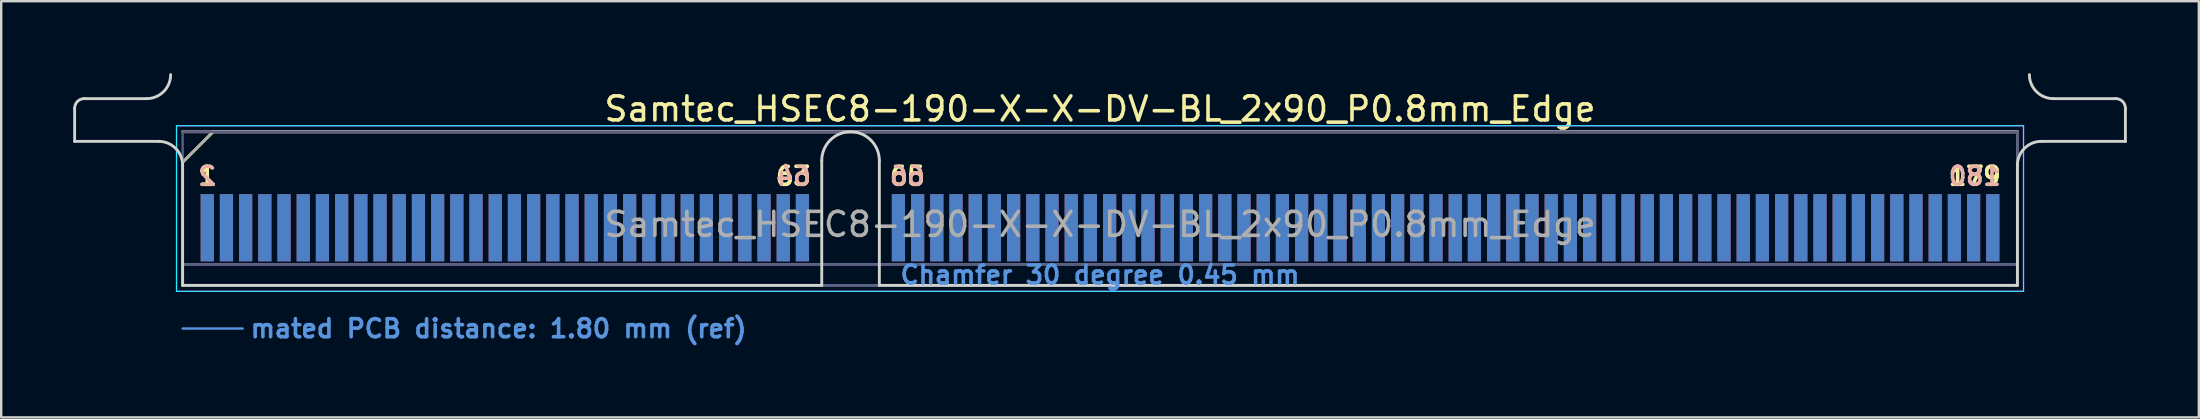
<source format=kicad_pcb>
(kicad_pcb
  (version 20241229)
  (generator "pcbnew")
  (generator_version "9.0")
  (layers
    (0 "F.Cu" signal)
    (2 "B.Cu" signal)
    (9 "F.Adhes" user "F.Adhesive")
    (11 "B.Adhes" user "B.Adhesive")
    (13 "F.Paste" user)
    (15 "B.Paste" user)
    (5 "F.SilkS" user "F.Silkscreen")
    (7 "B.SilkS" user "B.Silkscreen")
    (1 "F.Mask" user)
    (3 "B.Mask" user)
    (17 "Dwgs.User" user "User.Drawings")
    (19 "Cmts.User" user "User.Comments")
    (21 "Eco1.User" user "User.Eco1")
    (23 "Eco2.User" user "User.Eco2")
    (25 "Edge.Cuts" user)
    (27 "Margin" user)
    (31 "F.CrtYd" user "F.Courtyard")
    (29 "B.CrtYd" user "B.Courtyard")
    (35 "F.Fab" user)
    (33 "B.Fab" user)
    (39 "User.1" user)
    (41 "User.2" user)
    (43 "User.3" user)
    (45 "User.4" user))
  (footprint "Samtec_HSEC8-190-X-X-DV-BL_2x90_P0.8mm_Edge"
    (layer "F.Cu")
    (at 42.785 8.84)
    (property "Reference" "Samtec_HSEC8-190-X-X-DV-BL_2x90_P0.8mm_Edge" (at 0 -7.35 0) (layer "F.SilkS") (effects (font (size 1 1) (thickness 0.15))))
    (attr exclude_from_pos_files exclude_from_bom)
    (fp_line (start -38.225 -5.13) (end -36.955 -6.4) (stroke (width 0.12) (type solid)) (layer "F.SilkS"))
    (fp_line (start -36.955 -6.4) (end 38.225 -6.4) (stroke (width 0.12) (type solid)) (layer "F.SilkS"))
    (fp_line (start -38.225 -6.4) (end -38.225 -6.4) (stroke (width 0.12) (type solid)) (layer "B.SilkS"))
    (fp_line (start -38.225 -6.4) (end 38.225 -6.4) (stroke (width 0.12) (type solid)) (layer "B.SilkS"))
    (fp_line (start -38.225 1.8) (end -35.725 1.8) (stroke (width 0.1) (type solid)) (layer "Cmts.User"))
    (fp_line (start -42.725 -6) (end -42.725 -7.38) (stroke (width 0.12) (type solid)) (layer "Edge.Cuts"))
    (fp_line (start -42.325 -7.78) (end -39.725 -7.78) (stroke (width 0.12) (type solid)) (layer "Edge.Cuts"))
    (fp_line (start -39.225 -6) (end -42.725 -6) (stroke (width 0.12) (type solid)) (layer "Edge.Cuts"))
    (fp_line (start -38.225 -5) (end -38.225 0) (stroke (width 0.12) (type solid)) (layer "Edge.Cuts"))
    (fp_line (start -38.225 0) (end -11.595 0) (stroke (width 0.12) (type solid)) (layer "Edge.Cuts"))
    (fp_line (start -11.595 0) (end -11.595 -5.2) (stroke (width 0.12) (type solid)) (layer "Edge.Cuts"))
    (fp_line (start -9.195 -5.2) (end -9.195 0) (stroke (width 0.12) (type solid)) (layer "Edge.Cuts"))
    (fp_line (start -9.195 0) (end 38.225 0) (stroke (width 0.12) (type solid)) (layer "Edge.Cuts"))
    (fp_line (start 38.225 0) (end 38.225 -5) (stroke (width 0.12) (type solid)) (layer "Edge.Cuts"))
    (fp_line (start 39.225 -6) (end 42.725 -6) (stroke (width 0.12) (type solid)) (layer "Edge.Cuts"))
    (fp_line (start 42.325 -7.78) (end 39.725 -7.78) (stroke (width 0.12) (type solid)) (layer "Edge.Cuts"))
    (fp_line (start 42.725 -6) (end 42.725 -7.38) (stroke (width 0.12) (type solid)) (layer "Edge.Cuts"))
    (fp_arc (start -42.725 -7.38) (mid -42.607843 -7.662843) (end -42.325 -7.78) (stroke (width 0.12) (type solid)) (layer "Edge.Cuts"))
    (fp_arc (start -39.225 -6) (mid -38.517893 -5.707107) (end -38.225 -5) (stroke (width 0.12) (type solid)) (layer "Edge.Cuts"))
    (fp_arc (start -38.725 -8.78) (mid -39.017893 -8.072893) (end -39.725 -7.78) (stroke (width 0.12) (type solid)) (layer "Edge.Cuts"))
    (fp_arc (start -11.595 -5.2) (mid -10.395 -6.4) (end -9.195 -5.2) (stroke (width 0.12) (type solid)) (layer "Edge.Cuts"))
    (fp_arc (start 38.225 -5) (mid 38.517893 -5.707107) (end 39.225 -6) (stroke (width 0.12) (type solid)) (layer "Edge.Cuts"))
    (fp_arc (start 39.725 -7.78) (mid 39.017893 -8.072893) (end 38.725 -8.78) (stroke (width 0.12) (type solid)) (layer "Edge.Cuts"))
    (fp_arc (start 42.325 -7.78) (mid 42.607843 -7.662843) (end 42.725 -7.38) (stroke (width 0.12) (type solid)) (layer "Edge.Cuts"))
    (fp_line (start -38.48 -6.65) (end -38.48 0.25) (stroke (width 0.05) (type solid)) (layer "B.CrtYd"))
    (fp_line (start -38.48 0.25) (end 38.48 0.25) (stroke (width 0.05) (type solid)) (layer "B.CrtYd"))
    (fp_line (start 38.48 -6.65) (end -38.48 -6.65) (stroke (width 0.05) (type solid)) (layer "B.CrtYd"))
    (fp_line (start 38.48 0.25) (end 38.48 -6.65) (stroke (width 0.05) (type solid)) (layer "B.CrtYd"))
    (fp_line (start -38.48 -6.65) (end -38.48 0.25) (stroke (width 0.05) (type solid)) (layer "F.CrtYd"))
    (fp_line (start -38.48 0.25) (end 38.48 0.25) (stroke (width 0.05) (type solid)) (layer "F.CrtYd"))
    (fp_line (start 38.48 -6.65) (end -38.48 -6.65) (stroke (width 0.05) (type solid)) (layer "F.CrtYd"))
    (fp_line (start 38.48 0.25) (end 38.48 -6.65) (stroke (width 0.05) (type solid)) (layer "F.CrtYd"))
    (fp_line (start -38.225 -6.4) (end -38.225 -6.4) (stroke (width 0.1) (type solid)) (layer "B.Fab"))
    (fp_line (start -38.225 -6.4) (end -38.225 0) (stroke (width 0.1) (type solid)) (layer "B.Fab"))
    (fp_line (start -38.225 -6.4) (end 38.225 -6.4) (stroke (width 0.1) (type solid)) (layer "B.Fab"))
    (fp_line (start -38.225 -0.88) (end 38.225 -0.88) (stroke (width 0.1) (type solid)) (layer "B.Fab"))
    (fp_line (start -38.225 0) (end 38.225 0) (stroke (width 0.1) (type solid)) (layer "B.Fab"))
    (fp_line (start 38.225 -6.4) (end 38.225 0) (stroke (width 0.1) (type solid)) (layer "B.Fab"))
    (fp_line (start -38.225 -5.13) (end -38.225 0) (stroke (width 0.1) (type solid)) (layer "F.Fab"))
    (fp_line (start -38.225 -5.13) (end -36.955 -6.4) (stroke (width 0.1) (type solid)) (layer "F.Fab"))
    (fp_line (start -38.225 -0.88) (end 38.225 -0.88) (stroke (width 0.1) (type solid)) (layer "F.Fab"))
    (fp_line (start -38.225 0) (end 38.225 0) (stroke (width 0.1) (type solid)) (layer "F.Fab"))
    (fp_line (start -36.955 -6.4) (end 38.225 -6.4) (stroke (width 0.1) (type solid)) (layer "F.Fab"))
    (fp_line (start 38.225 -6.4) (end 38.225 0) (stroke (width 0.1) (type solid)) (layer "F.Fab"))
    (fp_text user "65" (at -8.025 -4.55 0) (layer "F.SilkS") (effects (font (size 0.75 0.75) (thickness 0.15))))
    (fp_text user "1" (at -37.2 -4.55 0) (layer "F.SilkS") (effects (font (size 0.75 0.75) (thickness 0.15))))
    (fp_text user "63" (at -12.775 -4.55 0) (layer "F.SilkS") (effects (font (size 0.75 0.75) (thickness 0.15))))
    (fp_text user "179" (at 36.45 -4.55 0) (layer "F.SilkS") (effects (font (size 0.75 0.75) (thickness 0.15))))
    (fp_text user "180" (at 36.45 -4.55 0) (layer "B.SilkS") (effects (font (size 0.75 0.75) (thickness 0.15)) (justify mirror)))
    (fp_text user "2" (at -37.2 -4.55 0) (layer "B.SilkS") (effects (font (size 0.75 0.75) (thickness 0.15)) (justify mirror)))
    (fp_text user "64" (at -12.775 -4.55 0) (layer "B.SilkS") (effects (font (size 0.75 0.75) (thickness 0.15)) (justify mirror)))
    (fp_text user "66" (at -8.025 -4.55 0) (layer "B.SilkS") (effects (font (size 0.75 0.75) (thickness 0.15)) (justify mirror)))
    (fp_text user "mated PCB distance: 1.80 mm (ref)" (at -35.48 1.8 0) (layer "Cmts.User") (effects (font (size 0.75 0.75) (thickness 0.15)) (justify left)))
    (fp_text user "Chamfer 30 degree 0.45 mm" (at 0 -0.44 0) (layer "Cmts.User") (effects (font (size 0.75 0.75) (thickness 0.15))))
    (fp_text user "${REFERENCE}" (at 0 -2.54 0) (layer "F.Fab") (effects (font (size 1 1) (thickness 0.15))))
    (pad "1" connect rect (at -37.2 -2.4) (size 0.55 2.8) (layers "F.Cu" "F.Mask"))
    (pad "2" connect rect (at -37.2 -2.4) (size 0.55 2.8) (layers "B.Cu" "B.Mask"))
    (pad "3" connect rect (at -36.4 -2.4) (size 0.55 2.8) (layers "F.Cu" "F.Mask"))
    (pad "4" connect rect (at -36.4 -2.4) (size 0.55 2.8) (layers "B.Cu" "B.Mask"))
    (pad "5" connect rect (at -35.6 -2.4) (size 0.55 2.8) (layers "F.Cu" "F.Mask"))
    (pad "6" connect rect (at -35.6 -2.4) (size 0.55 2.8) (layers "B.Cu" "B.Mask"))
    (pad "7" connect rect (at -34.8 -2.4) (size 0.55 2.8) (layers "F.Cu" "F.Mask"))
    (pad "8" connect rect (at -34.8 -2.4) (size 0.55 2.8) (layers "B.Cu" "B.Mask"))
    (pad "9" connect rect (at -34 -2.4) (size 0.55 2.8) (layers "F.Cu" "F.Mask"))
    (pad "10" connect rect (at -34 -2.4) (size 0.55 2.8) (layers "B.Cu" "B.Mask"))
    (pad "11" connect rect (at -33.2 -2.4) (size 0.55 2.8) (layers "F.Cu" "F.Mask"))
    (pad "12" connect rect (at -33.2 -2.4) (size 0.55 2.8) (layers "B.Cu" "B.Mask"))
    (pad "13" connect rect (at -32.4 -2.4) (size 0.55 2.8) (layers "F.Cu" "F.Mask"))
    (pad "14" connect rect (at -32.4 -2.4) (size 0.55 2.8) (layers "B.Cu" "B.Mask"))
    (pad "15" connect rect (at -31.6 -2.4) (size 0.55 2.8) (layers "F.Cu" "F.Mask"))
    (pad "16" connect rect (at -31.6 -2.4) (size 0.55 2.8) (layers "B.Cu" "B.Mask"))
    (pad "17" connect rect (at -30.8 -2.4) (size 0.55 2.8) (layers "F.Cu" "F.Mask"))
    (pad "18" connect rect (at -30.8 -2.4) (size 0.55 2.8) (layers "B.Cu" "B.Mask"))
    (pad "19" connect rect (at -30 -2.4) (size 0.55 2.8) (layers "F.Cu" "F.Mask"))
    (pad "20" connect rect (at -30 -2.4) (size 0.55 2.8) (layers "B.Cu" "B.Mask"))
    (pad "21" connect rect (at -29.2 -2.4) (size 0.55 2.8) (layers "F.Cu" "F.Mask"))
    (pad "22" connect rect (at -29.2 -2.4) (size 0.55 2.8) (layers "B.Cu" "B.Mask"))
    (pad "23" connect rect (at -28.4 -2.4) (size 0.55 2.8) (layers "F.Cu" "F.Mask"))
    (pad "24" connect rect (at -28.4 -2.4) (size 0.55 2.8) (layers "B.Cu" "B.Mask"))
    (pad "25" connect rect (at -27.6 -2.4) (size 0.55 2.8) (layers "F.Cu" "F.Mask"))
    (pad "26" connect rect (at -27.6 -2.4) (size 0.55 2.8) (layers "B.Cu" "B.Mask"))
    (pad "27" connect rect (at -26.8 -2.4) (size 0.55 2.8) (layers "F.Cu" "F.Mask"))
    (pad "28" connect rect (at -26.8 -2.4) (size 0.55 2.8) (layers "B.Cu" "B.Mask"))
    (pad "29" connect rect (at -26 -2.4) (size 0.55 2.8) (layers "F.Cu" "F.Mask"))
    (pad "30" connect rect (at -26 -2.4) (size 0.55 2.8) (layers "B.Cu" "B.Mask"))
    (pad "31" connect rect (at -25.2 -2.4) (size 0.55 2.8) (layers "F.Cu" "F.Mask"))
    (pad "32" connect rect (at -25.2 -2.4) (size 0.55 2.8) (layers "B.Cu" "B.Mask"))
    (pad "33" connect rect (at -24.4 -2.4) (size 0.55 2.8) (layers "F.Cu" "F.Mask"))
    (pad "34" connect rect (at -24.4 -2.4) (size 0.55 2.8) (layers "B.Cu" "B.Mask"))
    (pad "35" connect rect (at -23.6 -2.4) (size 0.55 2.8) (layers "F.Cu" "F.Mask"))
    (pad "36" connect rect (at -23.6 -2.4) (size 0.55 2.8) (layers "B.Cu" "B.Mask"))
    (pad "37" connect rect (at -22.8 -2.4) (size 0.55 2.8) (layers "F.Cu" "F.Mask"))
    (pad "38" connect rect (at -22.8 -2.4) (size 0.55 2.8) (layers "B.Cu" "B.Mask"))
    (pad "39" connect rect (at -22 -2.4) (size 0.55 2.8) (layers "F.Cu" "F.Mask"))
    (pad "40" connect rect (at -22 -2.4) (size 0.55 2.8) (layers "B.Cu" "B.Mask"))
    (pad "41" connect rect (at -21.2 -2.4) (size 0.55 2.8) (layers "F.Cu" "F.Mask"))
    (pad "42" connect rect (at -21.2 -2.4) (size 0.55 2.8) (layers "B.Cu" "B.Mask"))
    (pad "43" connect rect (at -20.4 -2.4) (size 0.55 2.8) (layers "F.Cu" "F.Mask"))
    (pad "44" connect rect (at -20.4 -2.4) (size 0.55 2.8) (layers "B.Cu" "B.Mask"))
    (pad "45" connect rect (at -19.6 -2.4) (size 0.55 2.8) (layers "F.Cu" "F.Mask"))
    (pad "46" connect rect (at -19.6 -2.4) (size 0.55 2.8) (layers "B.Cu" "B.Mask"))
    (pad "47" connect rect (at -18.8 -2.4) (size 0.55 2.8) (layers "F.Cu" "F.Mask"))
    (pad "48" connect rect (at -18.8 -2.4) (size 0.55 2.8) (layers "B.Cu" "B.Mask"))
    (pad "49" connect rect (at -18 -2.4) (size 0.55 2.8) (layers "F.Cu" "F.Mask"))
    (pad "50" connect rect (at -18 -2.4) (size 0.55 2.8) (layers "B.Cu" "B.Mask"))
    (pad "51" connect rect (at -17.2 -2.4) (size 0.55 2.8) (layers "F.Cu" "F.Mask"))
    (pad "52" connect rect (at -17.2 -2.4) (size 0.55 2.8) (layers "B.Cu" "B.Mask"))
    (pad "53" connect rect (at -16.4 -2.4) (size 0.55 2.8) (layers "F.Cu" "F.Mask"))
    (pad "54" connect rect (at -16.4 -2.4) (size 0.55 2.8) (layers "B.Cu" "B.Mask"))
    (pad "55" connect rect (at -15.6 -2.4) (size 0.55 2.8) (layers "F.Cu" "F.Mask"))
    (pad "56" connect rect (at -15.6 -2.4) (size 0.55 2.8) (layers "B.Cu" "B.Mask"))
    (pad "57" connect rect (at -14.8 -2.4) (size 0.55 2.8) (layers "F.Cu" "F.Mask"))
    (pad "58" connect rect (at -14.8 -2.4) (size 0.55 2.8) (layers "B.Cu" "B.Mask"))
    (pad "59" connect rect (at -14 -2.4) (size 0.55 2.8) (layers "F.Cu" "F.Mask"))
    (pad "60" connect rect (at -14 -2.4) (size 0.55 2.8) (layers "B.Cu" "B.Mask"))
    (pad "61" connect rect (at -13.2 -2.4) (size 0.55 2.8) (layers "F.Cu" "F.Mask"))
    (pad "62" connect rect (at -13.2 -2.4) (size 0.55 2.8) (layers "B.Cu" "B.Mask"))
    (pad "63" connect rect (at -12.4 -2.4) (size 0.55 2.8) (layers "F.Cu" "F.Mask"))
    (pad "64" connect rect (at -12.4 -2.4) (size 0.55 2.8) (layers "B.Cu" "B.Mask"))
    (pad "65" connect rect (at -8.4 -2.4) (size 0.55 2.8) (layers "F.Cu" "F.Mask"))
    (pad "66" connect rect (at -8.4 -2.4) (size 0.55 2.8) (layers "B.Cu" "B.Mask"))
    (pad "67" connect rect (at -7.6 -2.4) (size 0.55 2.8) (layers "F.Cu" "F.Mask"))
    (pad "68" connect rect (at -7.6 -2.4) (size 0.55 2.8) (layers "B.Cu" "B.Mask"))
    (pad "69" connect rect (at -6.8 -2.4) (size 0.55 2.8) (layers "F.Cu" "F.Mask"))
    (pad "70" connect rect (at -6.8 -2.4) (size 0.55 2.8) (layers "B.Cu" "B.Mask"))
    (pad "71" connect rect (at -6 -2.4) (size 0.55 2.8) (layers "F.Cu" "F.Mask"))
    (pad "72" connect rect (at -6 -2.4) (size 0.55 2.8) (layers "B.Cu" "B.Mask"))
    (pad "73" connect rect (at -5.2 -2.4) (size 0.55 2.8) (layers "F.Cu" "F.Mask"))
    (pad "74" connect rect (at -5.2 -2.4) (size 0.55 2.8) (layers "B.Cu" "B.Mask"))
    (pad "75" connect rect (at -4.4 -2.4) (size 0.55 2.8) (layers "F.Cu" "F.Mask"))
    (pad "76" connect rect (at -4.4 -2.4) (size 0.55 2.8) (layers "B.Cu" "B.Mask"))
    (pad "77" connect rect (at -3.6 -2.4) (size 0.55 2.8) (layers "F.Cu" "F.Mask"))
    (pad "78" connect rect (at -3.6 -2.4) (size 0.55 2.8) (layers "B.Cu" "B.Mask"))
    (pad "79" connect rect (at -2.8 -2.4) (size 0.55 2.8) (layers "F.Cu" "F.Mask"))
    (pad "80" connect rect (at -2.8 -2.4) (size 0.55 2.8) (layers "B.Cu" "B.Mask"))
    (pad "81" connect rect (at -2 -2.4) (size 0.55 2.8) (layers "F.Cu" "F.Mask"))
    (pad "82" connect rect (at -2 -2.4) (size 0.55 2.8) (layers "B.Cu" "B.Mask"))
    (pad "83" connect rect (at -1.2 -2.4) (size 0.55 2.8) (layers "F.Cu" "F.Mask"))
    (pad "84" connect rect (at -1.2 -2.4) (size 0.55 2.8) (layers "B.Cu" "B.Mask"))
    (pad "85" connect rect (at -0.4 -2.4) (size 0.55 2.8) (layers "F.Cu" "F.Mask"))
    (pad "86" connect rect (at -0.4 -2.4) (size 0.55 2.8) (layers "B.Cu" "B.Mask"))
    (pad "87" connect rect (at 0.4 -2.4) (size 0.55 2.8) (layers "F.Cu" "F.Mask"))
    (pad "88" connect rect (at 0.4 -2.4) (size 0.55 2.8) (layers "B.Cu" "B.Mask"))
    (pad "89" connect rect (at 1.2 -2.4) (size 0.55 2.8) (layers "F.Cu" "F.Mask"))
    (pad "90" connect rect (at 1.2 -2.4) (size 0.55 2.8) (layers "B.Cu" "B.Mask"))
    (pad "91" connect rect (at 2 -2.4) (size 0.55 2.8) (layers "F.Cu" "F.Mask"))
    (pad "92" connect rect (at 2 -2.4) (size 0.55 2.8) (layers "B.Cu" "B.Mask"))
    (pad "93" connect rect (at 2.8 -2.4) (size 0.55 2.8) (layers "F.Cu" "F.Mask"))
    (pad "94" connect rect (at 2.8 -2.4) (size 0.55 2.8) (layers "B.Cu" "B.Mask"))
    (pad "95" connect rect (at 3.6 -2.4) (size 0.55 2.8) (layers "F.Cu" "F.Mask"))
    (pad "96" connect rect (at 3.6 -2.4) (size 0.55 2.8) (layers "B.Cu" "B.Mask"))
    (pad "97" connect rect (at 4.4 -2.4) (size 0.55 2.8) (layers "F.Cu" "F.Mask"))
    (pad "98" connect rect (at 4.4 -2.4) (size 0.55 2.8) (layers "B.Cu" "B.Mask"))
    (pad "99" connect rect (at 5.2 -2.4) (size 0.55 2.8) (layers "F.Cu" "F.Mask"))
    (pad "100" connect rect (at 5.2 -2.4) (size 0.55 2.8) (layers "B.Cu" "B.Mask"))
    (pad "101" connect rect (at 6 -2.4) (size 0.55 2.8) (layers "F.Cu" "F.Mask"))
    (pad "102" connect rect (at 6 -2.4) (size 0.55 2.8) (layers "B.Cu" "B.Mask"))
    (pad "103" connect rect (at 6.8 -2.4) (size 0.55 2.8) (layers "F.Cu" "F.Mask"))
    (pad "104" connect rect (at 6.8 -2.4) (size 0.55 2.8) (layers "B.Cu" "B.Mask"))
    (pad "105" connect rect (at 7.6 -2.4) (size 0.55 2.8) (layers "F.Cu" "F.Mask"))
    (pad "106" connect rect (at 7.6 -2.4) (size 0.55 2.8) (layers "B.Cu" "B.Mask"))
    (pad "107" connect rect (at 8.4 -2.4) (size 0.55 2.8) (layers "F.Cu" "F.Mask"))
    (pad "108" connect rect (at 8.4 -2.4) (size 0.55 2.8) (layers "B.Cu" "B.Mask"))
    (pad "109" connect rect (at 9.2 -2.4) (size 0.55 2.8) (layers "F.Cu" "F.Mask"))
    (pad "110" connect rect (at 9.2 -2.4) (size 0.55 2.8) (layers "B.Cu" "B.Mask"))
    (pad "111" connect rect (at 10 -2.4) (size 0.55 2.8) (layers "F.Cu" "F.Mask"))
    (pad "112" connect rect (at 10 -2.4) (size 0.55 2.8) (layers "B.Cu" "B.Mask"))
    (pad "113" connect rect (at 10.8 -2.4) (size 0.55 2.8) (layers "F.Cu" "F.Mask"))
    (pad "114" connect rect (at 10.8 -2.4) (size 0.55 2.8) (layers "B.Cu" "B.Mask"))
    (pad "115" connect rect (at 11.6 -2.4) (size 0.55 2.8) (layers "F.Cu" "F.Mask"))
    (pad "116" connect rect (at 11.6 -2.4) (size 0.55 2.8) (layers "B.Cu" "B.Mask"))
    (pad "117" connect rect (at 12.4 -2.4) (size 0.55 2.8) (layers "F.Cu" "F.Mask"))
    (pad "118" connect rect (at 12.4 -2.4) (size 0.55 2.8) (layers "B.Cu" "B.Mask"))
    (pad "119" connect rect (at 13.2 -2.4) (size 0.55 2.8) (layers "F.Cu" "F.Mask"))
    (pad "120" connect rect (at 13.2 -2.4) (size 0.55 2.8) (layers "B.Cu" "B.Mask"))
    (pad "121" connect rect (at 14 -2.4) (size 0.55 2.8) (layers "F.Cu" "F.Mask"))
    (pad "122" connect rect (at 14 -2.4) (size 0.55 2.8) (layers "B.Cu" "B.Mask"))
    (pad "123" connect rect (at 14.8 -2.4) (size 0.55 2.8) (layers "F.Cu" "F.Mask"))
    (pad "124" connect rect (at 14.8 -2.4) (size 0.55 2.8) (layers "B.Cu" "B.Mask"))
    (pad "125" connect rect (at 15.6 -2.4) (size 0.55 2.8) (layers "F.Cu" "F.Mask"))
    (pad "126" connect rect (at 15.6 -2.4) (size 0.55 2.8) (layers "B.Cu" "B.Mask"))
    (pad "127" connect rect (at 16.4 -2.4) (size 0.55 2.8) (layers "F.Cu" "F.Mask"))
    (pad "128" connect rect (at 16.4 -2.4) (size 0.55 2.8) (layers "B.Cu" "B.Mask"))
    (pad "129" connect rect (at 17.2 -2.4) (size 0.55 2.8) (layers "F.Cu" "F.Mask"))
    (pad "130" connect rect (at 17.2 -2.4) (size 0.55 2.8) (layers "B.Cu" "B.Mask"))
    (pad "131" connect rect (at 18 -2.4) (size 0.55 2.8) (layers "F.Cu" "F.Mask"))
    (pad "132" connect rect (at 18 -2.4) (size 0.55 2.8) (layers "B.Cu" "B.Mask"))
    (pad "133" connect rect (at 18.8 -2.4) (size 0.55 2.8) (layers "F.Cu" "F.Mask"))
    (pad "134" connect rect (at 18.8 -2.4) (size 0.55 2.8) (layers "B.Cu" "B.Mask"))
    (pad "135" connect rect (at 19.6 -2.4) (size 0.55 2.8) (layers "F.Cu" "F.Mask"))
    (pad "136" connect rect (at 19.6 -2.4) (size 0.55 2.8) (layers "B.Cu" "B.Mask"))
    (pad "137" connect rect (at 20.4 -2.4) (size 0.55 2.8) (layers "F.Cu" "F.Mask"))
    (pad "138" connect rect (at 20.4 -2.4) (size 0.55 2.8) (layers "B.Cu" "B.Mask"))
    (pad "139" connect rect (at 21.2 -2.4) (size 0.55 2.8) (layers "F.Cu" "F.Mask"))
    (pad "140" connect rect (at 21.2 -2.4) (size 0.55 2.8) (layers "B.Cu" "B.Mask"))
    (pad "141" connect rect (at 22 -2.4) (size 0.55 2.8) (layers "F.Cu" "F.Mask"))
    (pad "142" connect rect (at 22 -2.4) (size 0.55 2.8) (layers "B.Cu" "B.Mask"))
    (pad "143" connect rect (at 22.8 -2.4) (size 0.55 2.8) (layers "F.Cu" "F.Mask"))
    (pad "144" connect rect (at 22.8 -2.4) (size 0.55 2.8) (layers "B.Cu" "B.Mask"))
    (pad "145" connect rect (at 23.6 -2.4) (size 0.55 2.8) (layers "F.Cu" "F.Mask"))
    (pad "146" connect rect (at 23.6 -2.4) (size 0.55 2.8) (layers "B.Cu" "B.Mask"))
    (pad "147" connect rect (at 24.4 -2.4) (size 0.55 2.8) (layers "F.Cu" "F.Mask"))
    (pad "148" connect rect (at 24.4 -2.4) (size 0.55 2.8) (layers "B.Cu" "B.Mask"))
    (pad "149" connect rect (at 25.2 -2.4) (size 0.55 2.8) (layers "F.Cu" "F.Mask"))
    (pad "150" connect rect (at 25.2 -2.4) (size 0.55 2.8) (layers "B.Cu" "B.Mask"))
    (pad "151" connect rect (at 26 -2.4) (size 0.55 2.8) (layers "F.Cu" "F.Mask"))
    (pad "152" connect rect (at 26 -2.4) (size 0.55 2.8) (layers "B.Cu" "B.Mask"))
    (pad "153" connect rect (at 26.8 -2.4) (size 0.55 2.8) (layers "F.Cu" "F.Mask"))
    (pad "154" connect rect (at 26.8 -2.4) (size 0.55 2.8) (layers "B.Cu" "B.Mask"))
    (pad "155" connect rect (at 27.6 -2.4) (size 0.55 2.8) (layers "F.Cu" "F.Mask"))
    (pad "156" connect rect (at 27.6 -2.4) (size 0.55 2.8) (layers "B.Cu" "B.Mask"))
    (pad "157" connect rect (at 28.4 -2.4) (size 0.55 2.8) (layers "F.Cu" "F.Mask"))
    (pad "158" connect rect (at 28.4 -2.4) (size 0.55 2.8) (layers "B.Cu" "B.Mask"))
    (pad "159" connect rect (at 29.2 -2.4) (size 0.55 2.8) (layers "F.Cu" "F.Mask"))
    (pad "160" connect rect (at 29.2 -2.4) (size 0.55 2.8) (layers "B.Cu" "B.Mask"))
    (pad "161" connect rect (at 30 -2.4) (size 0.55 2.8) (layers "F.Cu" "F.Mask"))
    (pad "162" connect rect (at 30 -2.4) (size 0.55 2.8) (layers "B.Cu" "B.Mask"))
    (pad "163" connect rect (at 30.8 -2.4) (size 0.55 2.8) (layers "F.Cu" "F.Mask"))
    (pad "164" connect rect (at 30.8 -2.4) (size 0.55 2.8) (layers "B.Cu" "B.Mask"))
    (pad "165" connect rect (at 31.6 -2.4) (size 0.55 2.8) (layers "F.Cu" "F.Mask"))
    (pad "166" connect rect (at 31.6 -2.4) (size 0.55 2.8) (layers "B.Cu" "B.Mask"))
    (pad "167" connect rect (at 32.4 -2.4) (size 0.55 2.8) (layers "F.Cu" "F.Mask"))
    (pad "168" connect rect (at 32.4 -2.4) (size 0.55 2.8) (layers "B.Cu" "B.Mask"))
    (pad "169" connect rect (at 33.2 -2.4) (size 0.55 2.8) (layers "F.Cu" "F.Mask"))
    (pad "170" connect rect (at 33.2 -2.4) (size 0.55 2.8) (layers "B.Cu" "B.Mask"))
    (pad "171" connect rect (at 34 -2.4) (size 0.55 2.8) (layers "F.Cu" "F.Mask"))
    (pad "172" connect rect (at 34 -2.4) (size 0.55 2.8) (layers "B.Cu" "B.Mask"))
    (pad "173" connect rect (at 34.8 -2.4) (size 0.55 2.8) (layers "F.Cu" "F.Mask"))
    (pad "174" connect rect (at 34.8 -2.4) (size 0.55 2.8) (layers "B.Cu" "B.Mask"))
    (pad "175" connect rect (at 35.6 -2.4) (size 0.55 2.8) (layers "F.Cu" "F.Mask"))
    (pad "176" connect rect (at 35.6 -2.4) (size 0.55 2.8) (layers "B.Cu" "B.Mask"))
    (pad "177" connect rect (at 36.4 -2.4) (size 0.55 2.8) (layers "F.Cu" "F.Mask"))
    (pad "178" connect rect (at 36.4 -2.4) (size 0.55 2.8) (layers "B.Cu" "B.Mask"))
    (pad "179" connect rect (at 37.2 -2.4) (size 0.55 2.8) (layers "F.Cu" "F.Mask"))
    (pad "180" connect rect (at 37.2 -2.4) (size 0.55 2.8) (layers "B.Cu" "B.Mask")))
  (gr_rect
    (start -3 -3)
    (end 88.57 14.342)
    (stroke (width 0.1) (type default))
    (fill no)
    (layer "Edge.Cuts")))
</source>
